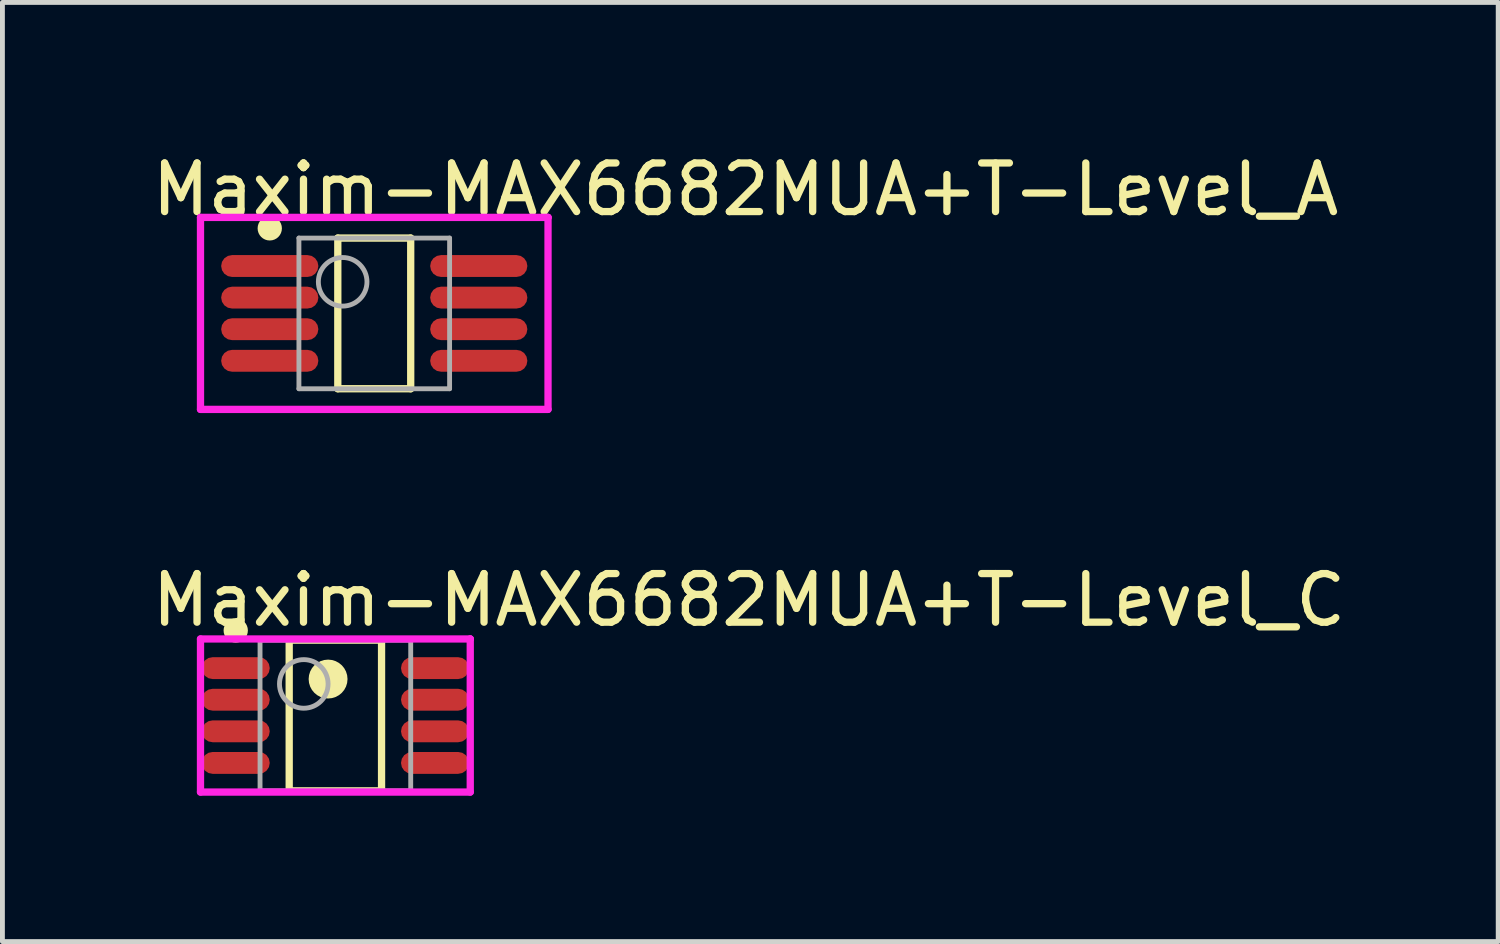
<source format=kicad_pcb>
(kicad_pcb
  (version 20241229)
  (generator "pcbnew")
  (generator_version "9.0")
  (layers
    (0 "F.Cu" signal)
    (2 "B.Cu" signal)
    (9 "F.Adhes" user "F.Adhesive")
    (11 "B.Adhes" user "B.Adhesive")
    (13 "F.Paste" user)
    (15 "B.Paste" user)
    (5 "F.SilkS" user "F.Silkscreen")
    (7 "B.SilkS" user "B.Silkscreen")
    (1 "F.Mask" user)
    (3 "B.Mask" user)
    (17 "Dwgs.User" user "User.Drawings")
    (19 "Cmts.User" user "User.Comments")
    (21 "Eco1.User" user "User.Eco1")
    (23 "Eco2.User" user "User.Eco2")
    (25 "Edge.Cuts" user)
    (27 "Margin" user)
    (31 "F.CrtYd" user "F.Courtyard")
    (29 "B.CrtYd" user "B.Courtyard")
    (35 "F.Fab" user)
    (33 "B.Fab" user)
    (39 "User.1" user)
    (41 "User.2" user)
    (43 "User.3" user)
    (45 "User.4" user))
  (footprint "Maxim-MAX6682MUA+T-Level_A"
    (layer "F.Cu")
    (at 4.65 3.398)
    (property "Reference" "Maxim-MAX6682MUA+T-Level_A" (at -4.65 -2.55 0) (layer "F.SilkS") (effects (font (size 1 1) (thickness 0.15)) (justify left)))
    (attr through_hole)
    (fp_line (start -0.75 -1.55) (end 0.75 -1.55) (stroke (width 0.15) (type solid)) (layer "F.SilkS"))
    (fp_line (start -0.75 1.55) (end -0.75 -1.55) (stroke (width 0.15) (type solid)) (layer "F.SilkS"))
    (fp_line (start -0.75 1.55) (end 0.75 1.55) (stroke (width 0.15) (type solid)) (layer "F.SilkS"))
    (fp_line (start 0.75 1.55) (end 0.75 -1.55) (stroke (width 0.15) (type solid)) (layer "F.SilkS"))
    (fp_circle (center -2.15 -1.75) (end -2.025 -1.75) (stroke (width 0.25) (type solid)) (fill no) (layer "F.SilkS"))
    (fp_line (start -3.575 -1.975) (end -3.575 1.975) (stroke (width 0.15) (type solid)) (layer "F.CrtYd"))
    (fp_line (start -3.575 1.975) (end 3.575 1.975) (stroke (width 0.15) (type solid)) (layer "F.CrtYd"))
    (fp_line (start 3.575 -1.975) (end -3.575 -1.975) (stroke (width 0.15) (type solid)) (layer "F.CrtYd"))
    (fp_line (start 3.575 -1.975) (end 3.575 -1.975) (stroke (width 0.15) (type solid)) (layer "F.CrtYd"))
    (fp_line (start 3.575 1.975) (end 3.575 -1.975) (stroke (width 0.15) (type solid)) (layer "F.CrtYd"))
    (fp_line (start -1.55 -1.55) (end 1.55 -1.55) (stroke (width 0.1) (type solid)) (layer "F.Fab"))
    (fp_line (start -1.55 1.55) (end -1.55 -1.55) (stroke (width 0.1) (type solid)) (layer "F.Fab"))
    (fp_line (start -1.55 1.55) (end 1.55 1.55) (stroke (width 0.1) (type solid)) (layer "F.Fab"))
    (fp_line (start 1.55 1.55) (end 1.55 -1.55) (stroke (width 0.1) (type solid)) (layer "F.Fab"))
    (fp_circle (center -0.65 -0.65) (end -0.15 -0.65) (stroke (width 0.1) (type solid)) (fill no) (layer "F.Fab"))
    (pad "1" smd roundrect (at -2.15 -0.975 270) (size 0.45 2) (layers "F.Cu" "F.Mask" "F.Paste") (roundrect_rratio 0.5))
    (pad "2" smd roundrect (at -2.15 -0.325 270) (size 0.45 2) (layers "F.Cu" "F.Mask" "F.Paste") (roundrect_rratio 0.5))
    (pad "3" smd roundrect (at -2.15 0.325 270) (size 0.45 2) (layers "F.Cu" "F.Mask" "F.Paste") (roundrect_rratio 0.5))
    (pad "4" smd roundrect (at -2.15 0.975 270) (size 0.45 2) (layers "F.Cu" "F.Mask" "F.Paste") (roundrect_rratio 0.5))
    (pad "5" smd roundrect (at 2.15 0.975 270) (size 0.45 2) (layers "F.Cu" "F.Mask" "F.Paste") (roundrect_rratio 0.5))
    (pad "6" smd roundrect (at 2.15 0.325 270) (size 0.45 2) (layers "F.Cu" "F.Mask" "F.Paste") (roundrect_rratio 0.5))
    (pad "7" smd roundrect (at 2.15 -0.325 270) (size 0.45 2) (layers "F.Cu" "F.Mask" "F.Paste") (roundrect_rratio 0.5))
    (pad "8" smd roundrect (at 2.15 -0.975 270) (size 0.45 2) (layers "F.Cu" "F.Mask" "F.Paste") (roundrect_rratio 0.5)))
  (footprint "Maxim-MAX6682MUA+T-Level_C"
    (layer "F.Cu")
    (at 3.85 11.671)
    (property "Reference" "Maxim-MAX6682MUA+T-Level_C" (at -3.85 -2.375 0) (layer "F.SilkS") (effects (font (size 1 1) (thickness 0.15)) (justify left)))
    (attr through_hole)
    (fp_line (start -0.95 -1.55) (end 0.95 -1.55) (stroke (width 0.15) (type solid)) (layer "F.SilkS"))
    (fp_line (start -0.95 1.55) (end -0.95 -1.55) (stroke (width 0.15) (type solid)) (layer "F.SilkS"))
    (fp_line (start -0.95 1.55) (end 0.95 1.55) (stroke (width 0.15) (type solid)) (layer "F.SilkS"))
    (fp_line (start 0.95 1.55) (end 0.95 -1.55) (stroke (width 0.15) (type solid)) (layer "F.SilkS"))
    (fp_circle (center -2.05 -1.75) (end -1.925 -1.75) (stroke (width 0.25) (type solid)) (fill no) (layer "F.SilkS"))
    (fp_circle (center -0.15 -0.75) (end 0.05 -0.75) (stroke (width 0.4) (type solid)) (fill no) (layer "F.SilkS"))
    (fp_line (start -2.775 -1.575) (end -2.775 1.575) (stroke (width 0.15) (type solid)) (layer "F.CrtYd"))
    (fp_line (start -2.775 1.575) (end 2.775 1.575) (stroke (width 0.15) (type solid)) (layer "F.CrtYd"))
    (fp_line (start 2.775 -1.575) (end -2.775 -1.575) (stroke (width 0.15) (type solid)) (layer "F.CrtYd"))
    (fp_line (start 2.775 -1.575) (end 2.775 -1.575) (stroke (width 0.15) (type solid)) (layer "F.CrtYd"))
    (fp_line (start 2.775 1.575) (end 2.775 -1.575) (stroke (width 0.15) (type solid)) (layer "F.CrtYd"))
    (fp_line (start -1.55 -1.55) (end 1.55 -1.55) (stroke (width 0.1) (type solid)) (layer "F.Fab"))
    (fp_line (start -1.55 1.55) (end -1.55 -1.55) (stroke (width 0.1) (type solid)) (layer "F.Fab"))
    (fp_line (start -1.55 1.55) (end 1.55 1.55) (stroke (width 0.1) (type solid)) (layer "F.Fab"))
    (fp_line (start 1.55 1.55) (end 1.55 -1.55) (stroke (width 0.1) (type solid)) (layer "F.Fab"))
    (fp_circle (center -0.65 -0.65) (end -0.15 -0.65) (stroke (width 0.1) (type solid)) (fill no) (layer "F.Fab"))
    (pad "1" smd roundrect (at -2.05 -0.975 270) (size 0.45 1.4) (layers "F.Cu" "F.Mask" "F.Paste") (roundrect_rratio 0.5))
    (pad "2" smd roundrect (at -2.05 -0.325 270) (size 0.45 1.4) (layers "F.Cu" "F.Mask" "F.Paste") (roundrect_rratio 0.5))
    (pad "3" smd roundrect (at -2.05 0.325 270) (size 0.45 1.4) (layers "F.Cu" "F.Mask" "F.Paste") (roundrect_rratio 0.5))
    (pad "4" smd roundrect (at -2.05 0.975 270) (size 0.45 1.4) (layers "F.Cu" "F.Mask" "F.Paste") (roundrect_rratio 0.5))
    (pad "5" smd roundrect (at 2.05 0.975 270) (size 0.45 1.4) (layers "F.Cu" "F.Mask" "F.Paste") (roundrect_rratio 0.5))
    (pad "6" smd roundrect (at 2.05 0.325 270) (size 0.45 1.4) (layers "F.Cu" "F.Mask" "F.Paste") (roundrect_rratio 0.5))
    (pad "7" smd roundrect (at 2.05 -0.325 270) (size 0.45 1.4) (layers "F.Cu" "F.Mask" "F.Paste") (roundrect_rratio 0.5))
    (pad "8" smd roundrect (at 2.05 -0.975 270) (size 0.45 1.4) (layers "F.Cu" "F.Mask" "F.Paste") (roundrect_rratio 0.5)))
  (gr_rect
    (start -3 -3)
    (end 27.774 16.322)
    (stroke (width 0.1) (type default))
    (fill no)
    (layer "Edge.Cuts")))
</source>
